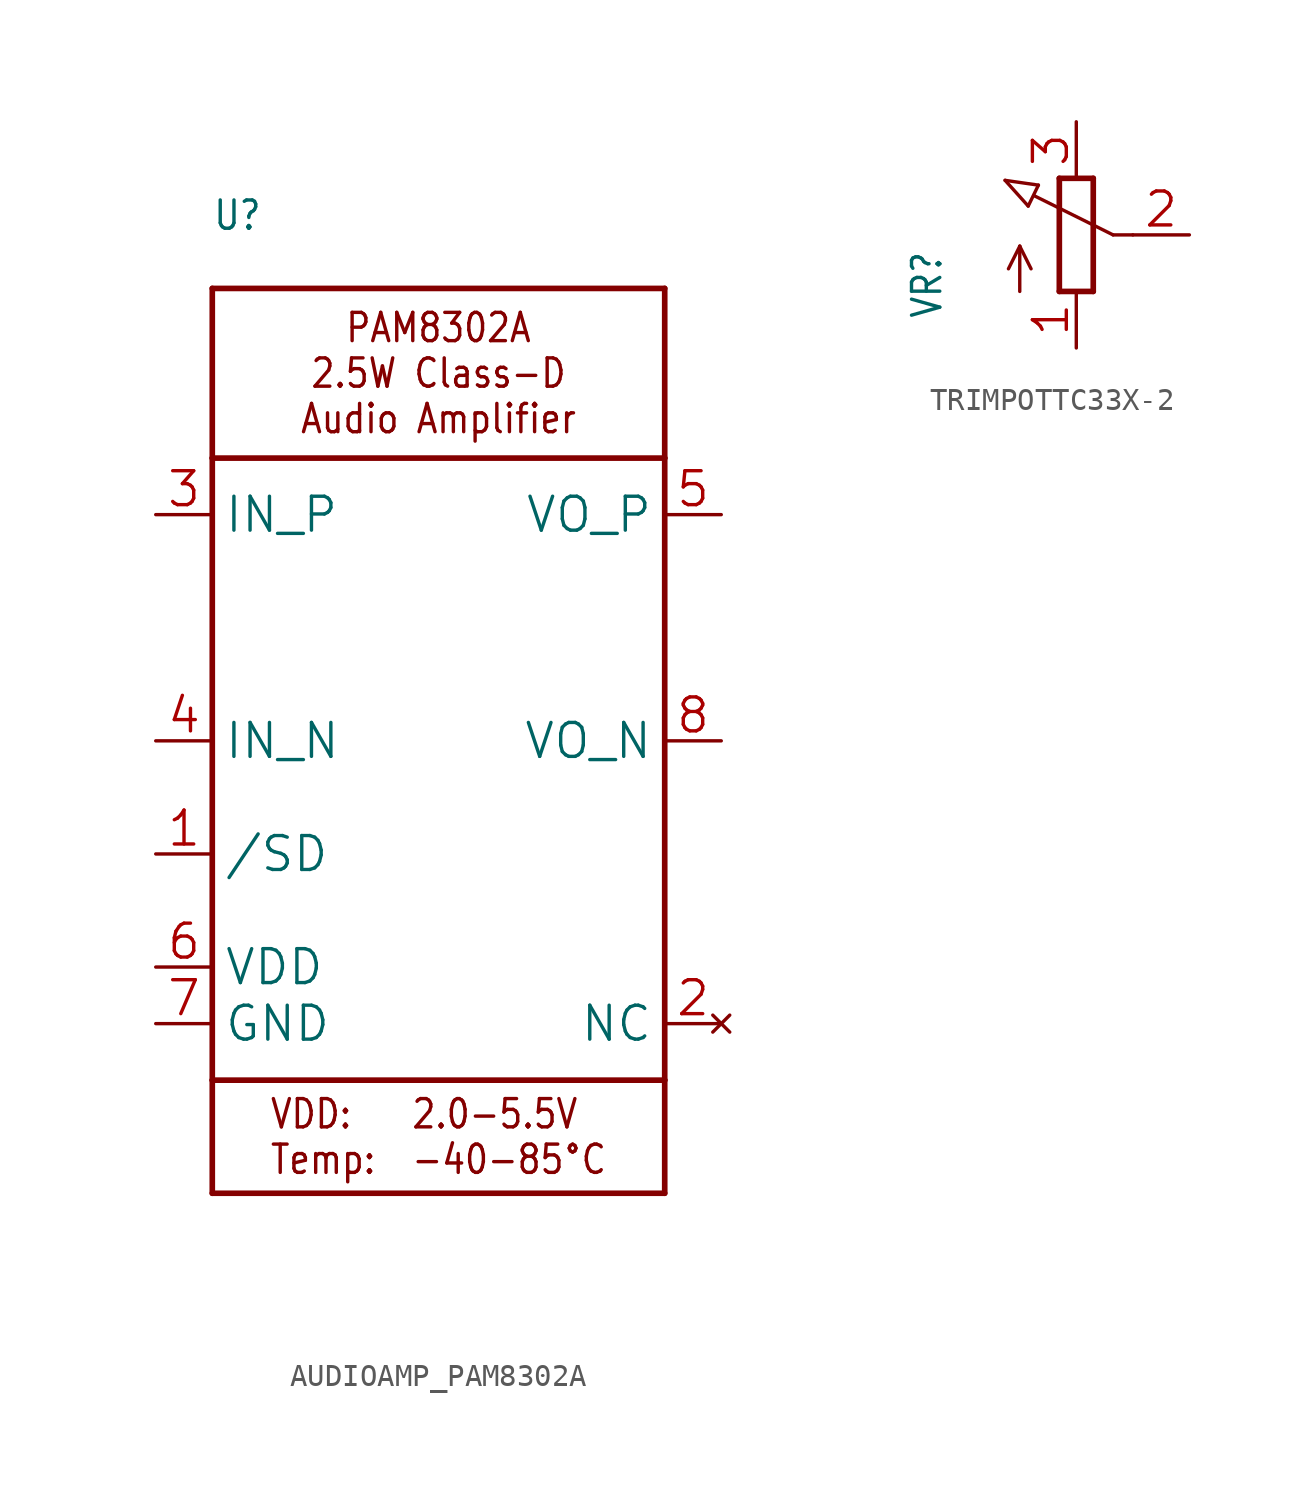
<source format=kicad_sym>
(kicad_symbol_lib
  (version 20241209)
  (generator "kicad_symbol_editor")
  (generator_version "9.0")
  (symbol "AUDIOAMP_PAM8302A"
    (property "Reference" "U"
      (at -10.16 22.86 0)
      (effects (font (size 1.27 1.079)) (justify left bottom)))
    (property "Value" ""
      (at -10.16 -22.86 0)
      (effects (font (size 1.27 1.079)) (justify left bottom)))
    (property "ki_locked" ""
      (at 0 0 0)
      (effects (font (size 1.27 1.27))))
    (symbol "AUDIOAMP_PAM8302A_1_0"
      (polyline (pts (xy -10.16 20.32) (xy 10.16 20.32)) (stroke (width 0.254) (type solid)) (fill (type none)))
      (polyline (pts (xy -10.16 12.7) (xy -10.16 20.32)) (stroke (width 0.254) (type solid)) (fill (type none)))
      (polyline (pts (xy -10.16 12.7) (xy 10.16 12.7)) (stroke (width 0.254) (type solid)) (fill (type none)))
      (polyline (pts (xy -10.16 -15.24) (xy -10.16 12.7)) (stroke (width 0.254) (type solid)) (fill (type none)))
      (polyline (pts (xy -10.16 -15.24) (xy -10.16 -20.32)) (stroke (width 0.254) (type solid)) (fill (type none)))
      (polyline (pts (xy -10.16 -20.32) (xy 10.16 -20.32)) (stroke (width 0.254) (type solid)) (fill (type none)))
      (polyline (pts (xy 10.16 20.32) (xy 10.16 12.7)) (stroke (width 0.254) (type solid)) (fill (type none)))
      (polyline (pts (xy 10.16 12.7) (xy 10.16 -15.24)) (stroke (width 0.254) (type solid)) (fill (type none)))
      (polyline (pts (xy 10.16 -15.24) (xy -10.16 -15.24)) (stroke (width 0.254) (type solid)) (fill (type none)))
      (polyline (pts (xy 10.16 -20.32) (xy 10.16 -15.24)) (stroke (width 0.254) (type solid)) (fill (type none)))
      (text "VDD:\nTemp:" (at -7.62 -17.78 0) (effects (font (size 1.27 1.079)) (justify left)))
      (text "2.0-5.5V\n-40-85°C" (at -1.27 -17.78 0) (effects (font (size 1.27 1.079)) (justify left)))
      (text "PAM8302A\n2.5W Class-D\nAudio Amplifier" (at 0 16.51 0) (effects (font (size 1.27 1.079))))
      (pin input line (at -12.7 10.16 0) (length 2.54) (name "IN_P" (effects (font (size 1.524 1.524)))) (number "3" (effects (font (size 1.524 1.524)))))
      (pin input line (at -12.7 0 0) (length 2.54) (name "IN_N" (effects (font (size 1.524 1.524)))) (number "4" (effects (font (size 1.524 1.524)))))
      (pin input line (at -12.7 -5.08 0) (length 2.54) (name "/SD" (effects (font (size 1.524 1.524)))) (number "1" (effects (font (size 1.524 1.524)))))
      (pin power_in line (at -12.7 -10.16 0) (length 2.54) (name "VDD" (effects (font (size 1.524 1.524)))) (number "6" (effects (font (size 1.524 1.524)))))
      (pin power_in line (at -12.7 -12.7 0) (length 2.54) (name "GND" (effects (font (size 1.524 1.524)))) (number "7" (effects (font (size 1.524 1.524)))))
      (pin output line (at 12.7 10.16 180) (length 2.54) (name "VO_P" (effects (font (size 1.524 1.524)))) (number "5" (effects (font (size 1.524 1.524)))))
      (pin output line (at 12.7 0 180) (length 2.54) (name "VO_N" (effects (font (size 1.524 1.524)))) (number "8" (effects (font (size 1.524 1.524)))))
      (pin no_connect line (at 12.7 -12.7 180) (length 2.54) (name "NC" (effects (font (size 1.524 1.524)))) (number "2" (effects (font (size 1.524 1.524)))))))
  (symbol "TRIMPOTTC33X-2"
    (property "Reference" "VR"
      (at -5.969 -3.81 90)
      (effects (font (size 1.27 1.079)) (justify left bottom)))
    (property "Value" ""
      (at -3.81 -3.81 90)
      (effects (font (size 1.27 1.079)) (justify left bottom)))
    (property "ki_locked" ""
      (at 0 0 0)
      (effects (font (size 1.27 1.27))))
    (symbol "TRIMPOTTC33X-2_1_0"
      (polyline (pts (xy -3.199 2.45) (xy -1.702 2.235)) (stroke (width 0.152) (type solid)) (fill (type none)))
      (polyline (pts (xy -2.54 -0.508) (xy -3.048 -1.524)) (stroke (width 0.152) (type solid)) (fill (type none)))
      (polyline (pts (xy -2.54 -0.508) (xy -2.032 -1.524)) (stroke (width 0.152) (type solid)) (fill (type none)))
      (polyline (pts (xy -2.54 -2.54) (xy -2.54 -0.508)) (stroke (width 0.152) (type solid)) (fill (type none)))
      (polyline (pts (xy -2.16 1.294) (xy -3.199 2.45)) (stroke (width 0.152) (type solid)) (fill (type none)))
      (polyline (pts (xy -2.16 1.294) (xy -1.702 2.235)) (stroke (width 0.152) (type solid)) (fill (type none)))
      (polyline (pts (xy -0.762 2.54) (xy -0.762 -2.54)) (stroke (width 0.254) (type solid)) (fill (type none)))
      (polyline (pts (xy -0.762 -2.54) (xy 0.762 -2.54)) (stroke (width 0.254) (type solid)) (fill (type none)))
      (polyline (pts (xy 0.762 2.54) (xy -0.762 2.54)) (stroke (width 0.254) (type solid)) (fill (type none)))
      (polyline (pts (xy 0.762 -2.54) (xy 0.762 2.54)) (stroke (width 0.254) (type solid)) (fill (type none)))
      (polyline (pts (xy 1.651 0) (xy -1.88 1.753)) (stroke (width 0.152) (type solid)) (fill (type none)))
      (polyline (pts (xy 2.54 0) (xy 1.651 0)) (stroke (width 0.152) (type solid)) (fill (type none)))
      (pin passive line (at 0 5.08 270) (length 2.54) (name "E" (effects (font (size 0 0)))) (number "3" (effects (font (size 1.524 1.524)))))
      (pin passive line (at 0 -5.08 90) (length 2.54) (name "A" (effects (font (size 0 0)))) (number "1" (effects (font (size 1.524 1.524)))))
      (pin passive line (at 5.08 0 180) (length 2.54) (name "S" (effects (font (size 0 0)))) (number "2" (effects (font (size 1.524 1.524))))))))
</source>
